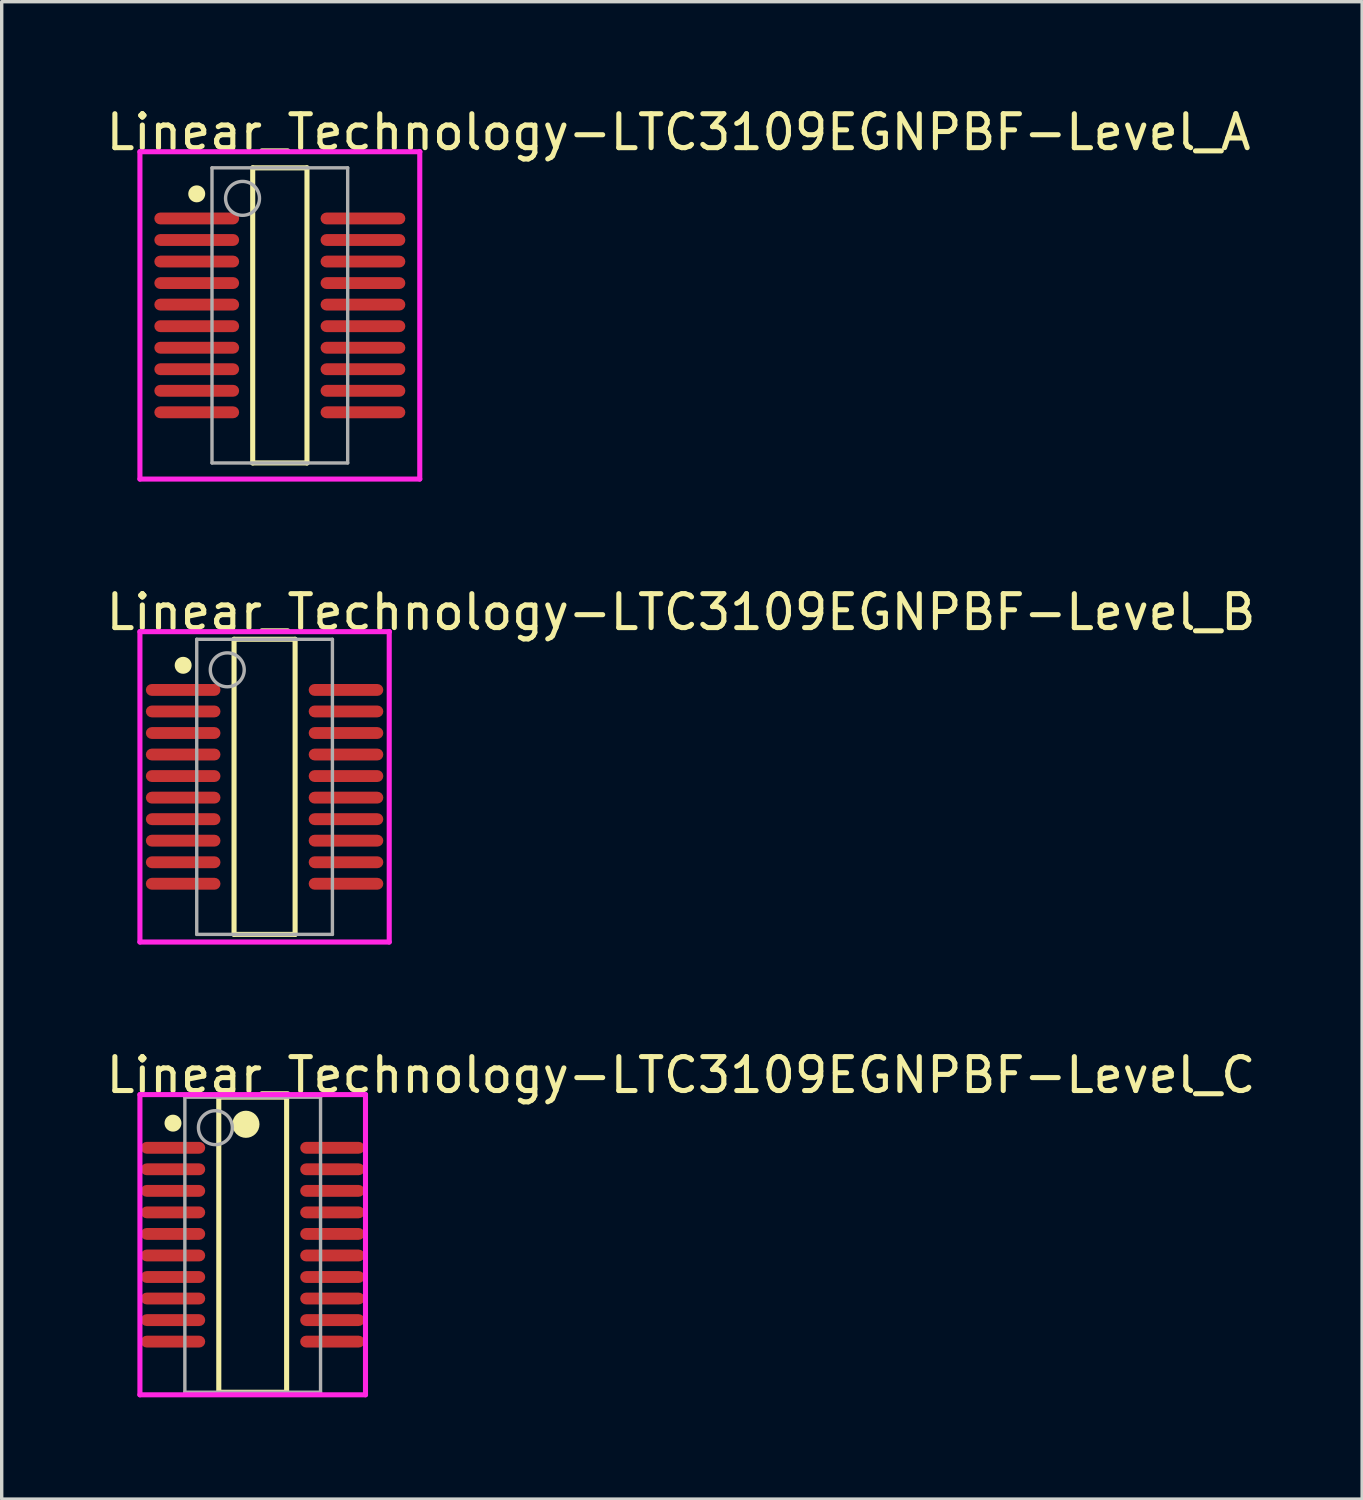
<source format=kicad_pcb>
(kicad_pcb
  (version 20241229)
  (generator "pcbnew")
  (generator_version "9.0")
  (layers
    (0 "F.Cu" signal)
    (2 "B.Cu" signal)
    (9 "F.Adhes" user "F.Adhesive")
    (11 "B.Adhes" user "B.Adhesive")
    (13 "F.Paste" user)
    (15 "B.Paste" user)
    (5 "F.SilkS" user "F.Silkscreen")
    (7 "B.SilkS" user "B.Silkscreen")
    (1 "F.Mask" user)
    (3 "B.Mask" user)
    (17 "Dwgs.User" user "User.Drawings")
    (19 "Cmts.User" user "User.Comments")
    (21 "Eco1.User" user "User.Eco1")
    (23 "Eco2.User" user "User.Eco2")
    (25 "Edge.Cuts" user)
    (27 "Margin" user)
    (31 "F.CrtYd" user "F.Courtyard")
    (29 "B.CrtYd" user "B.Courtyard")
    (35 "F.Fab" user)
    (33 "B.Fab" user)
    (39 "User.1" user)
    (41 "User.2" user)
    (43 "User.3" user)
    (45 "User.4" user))
  (footprint "Linear_Technology-LTC3109EGNPBF-Level_B"
    (layer "F.Cu")
    (at 4.75 20.147)
    (property "Reference" "Linear_Technology-LTC3109EGNPBF-Level_B" (at -4.75 -5.15 0) (layer "F.SilkS") (effects (font (size 1 1) (thickness 0.15)) (justify left)))
    (attr through_hole)
    (fp_line (start -0.9 -4.35) (end 0.9 -4.35) (stroke (width 0.15) (type solid)) (layer "F.SilkS"))
    (fp_line (start -0.9 4.35) (end -0.9 -4.35) (stroke (width 0.15) (type solid)) (layer "F.SilkS"))
    (fp_line (start -0.9 4.35) (end 0.9 4.35) (stroke (width 0.15) (type solid)) (layer "F.SilkS"))
    (fp_line (start 0.9 4.35) (end 0.9 -4.35) (stroke (width 0.15) (type solid)) (layer "F.SilkS"))
    (fp_circle (center -2.4 -3.583) (end -2.275 -3.583) (stroke (width 0.25) (type solid)) (fill no) (layer "F.SilkS"))
    (fp_line (start -3.675 -4.575) (end -3.675 4.575) (stroke (width 0.15) (type solid)) (layer "F.CrtYd"))
    (fp_line (start -3.675 4.575) (end 3.675 4.575) (stroke (width 0.15) (type solid)) (layer "F.CrtYd"))
    (fp_line (start 3.675 -4.575) (end -3.675 -4.575) (stroke (width 0.15) (type solid)) (layer "F.CrtYd"))
    (fp_line (start 3.675 -4.575) (end 3.675 -4.575) (stroke (width 0.15) (type solid)) (layer "F.CrtYd"))
    (fp_line (start 3.675 4.575) (end 3.675 -4.575) (stroke (width 0.15) (type solid)) (layer "F.CrtYd"))
    (fp_line (start -2 -4.35) (end 2 -4.35) (stroke (width 0.1) (type solid)) (layer "F.Fab"))
    (fp_line (start -2 4.35) (end -2 -4.35) (stroke (width 0.1) (type solid)) (layer "F.Fab"))
    (fp_line (start -2 4.35) (end 2 4.35) (stroke (width 0.1) (type solid)) (layer "F.Fab"))
    (fp_line (start 2 4.35) (end 2 -4.35) (stroke (width 0.1) (type solid)) (layer "F.Fab"))
    (fp_circle (center -1.1 -3.45) (end -0.6 -3.45) (stroke (width 0.1) (type solid)) (fill no) (layer "F.Fab"))
    (pad "1" smd roundrect (at -2.4 -2.857 270) (size 0.35 2.2) (layers "F.Cu" "F.Mask" "F.Paste") (roundrect_rratio 0.5))
    (pad "2" smd roundrect (at -2.4 -2.223 270) (size 0.35 2.2) (layers "F.Cu" "F.Mask" "F.Paste") (roundrect_rratio 0.5))
    (pad "3" smd roundrect (at -2.4 -1.587 270) (size 0.35 2.2) (layers "F.Cu" "F.Mask" "F.Paste") (roundrect_rratio 0.5))
    (pad "4" smd roundrect (at -2.4 -0.953 270) (size 0.35 2.2) (layers "F.Cu" "F.Mask" "F.Paste") (roundrect_rratio 0.5))
    (pad "5" smd roundrect (at -2.4 -0.318 270) (size 0.35 2.2) (layers "F.Cu" "F.Mask" "F.Paste") (roundrect_rratio 0.5))
    (pad "6" smd roundrect (at -2.4 0.318 270) (size 0.35 2.2) (layers "F.Cu" "F.Mask" "F.Paste") (roundrect_rratio 0.5))
    (pad "7" smd roundrect (at -2.4 0.953 270) (size 0.35 2.2) (layers "F.Cu" "F.Mask" "F.Paste") (roundrect_rratio 0.5))
    (pad "8" smd roundrect (at -2.4 1.587 270) (size 0.35 2.2) (layers "F.Cu" "F.Mask" "F.Paste") (roundrect_rratio 0.5))
    (pad "9" smd roundrect (at -2.4 2.223 270) (size 0.35 2.2) (layers "F.Cu" "F.Mask" "F.Paste") (roundrect_rratio 0.5))
    (pad "10" smd roundrect (at -2.4 2.857 270) (size 0.35 2.2) (layers "F.Cu" "F.Mask" "F.Paste") (roundrect_rratio 0.5))
    (pad "11" smd roundrect (at 2.4 2.857 270) (size 0.35 2.2) (layers "F.Cu" "F.Mask" "F.Paste") (roundrect_rratio 0.5))
    (pad "12" smd roundrect (at 2.4 2.223 270) (size 0.35 2.2) (layers "F.Cu" "F.Mask" "F.Paste") (roundrect_rratio 0.5))
    (pad "13" smd roundrect (at 2.4 1.587 270) (size 0.35 2.2) (layers "F.Cu" "F.Mask" "F.Paste") (roundrect_rratio 0.5))
    (pad "14" smd roundrect (at 2.4 0.953 270) (size 0.35 2.2) (layers "F.Cu" "F.Mask" "F.Paste") (roundrect_rratio 0.5))
    (pad "15" smd roundrect (at 2.4 0.318 270) (size 0.35 2.2) (layers "F.Cu" "F.Mask" "F.Paste") (roundrect_rratio 0.5))
    (pad "16" smd roundrect (at 2.4 -0.318 270) (size 0.35 2.2) (layers "F.Cu" "F.Mask" "F.Paste") (roundrect_rratio 0.5))
    (pad "17" smd roundrect (at 2.4 -0.953 270) (size 0.35 2.2) (layers "F.Cu" "F.Mask" "F.Paste") (roundrect_rratio 0.5))
    (pad "18" smd roundrect (at 2.4 -1.587 270) (size 0.35 2.2) (layers "F.Cu" "F.Mask" "F.Paste") (roundrect_rratio 0.5))
    (pad "19" smd roundrect (at 2.4 -2.223 270) (size 0.35 2.2) (layers "F.Cu" "F.Mask" "F.Paste") (roundrect_rratio 0.5))
    (pad "20" smd roundrect (at 2.4 -2.857 270) (size 0.35 2.2) (layers "F.Cu" "F.Mask" "F.Paste") (roundrect_rratio 0.5)))
  (footprint "Linear_Technology-LTC3109EGNPBF-Level_C"
    (layer "F.Cu")
    (at 4.4 33.645)
    (property "Reference" "Linear_Technology-LTC3109EGNPBF-Level_C" (at -4.4 -5 0) (layer "F.SilkS") (effects (font (size 1 1) (thickness 0.15)) (justify left)))
    (attr through_hole)
    (fp_line (start -1 -4.35) (end 1 -4.35) (stroke (width 0.15) (type solid)) (layer "F.SilkS"))
    (fp_line (start -1 4.35) (end -1 -4.35) (stroke (width 0.15) (type solid)) (layer "F.SilkS"))
    (fp_line (start -1 4.35) (end 1 4.35) (stroke (width 0.15) (type solid)) (layer "F.SilkS"))
    (fp_line (start 1 4.35) (end 1 -4.35) (stroke (width 0.15) (type solid)) (layer "F.SilkS"))
    (fp_circle (center -2.35 -3.583) (end -2.225 -3.583) (stroke (width 0.25) (type solid)) (fill no) (layer "F.SilkS"))
    (fp_circle (center -0.2 -3.55) (end 0 -3.55) (stroke (width 0.4) (type solid)) (fill no) (layer "F.SilkS"))
    (fp_line (start -3.325 -4.425) (end -3.325 4.425) (stroke (width 0.15) (type solid)) (layer "F.CrtYd"))
    (fp_line (start -3.325 4.425) (end 3.325 4.425) (stroke (width 0.15) (type solid)) (layer "F.CrtYd"))
    (fp_line (start 3.325 -4.425) (end -3.325 -4.425) (stroke (width 0.15) (type solid)) (layer "F.CrtYd"))
    (fp_line (start 3.325 -4.425) (end 3.325 -4.425) (stroke (width 0.15) (type solid)) (layer "F.CrtYd"))
    (fp_line (start 3.325 4.425) (end 3.325 -4.425) (stroke (width 0.15) (type solid)) (layer "F.CrtYd"))
    (fp_line (start -2 -4.35) (end 2 -4.35) (stroke (width 0.1) (type solid)) (layer "F.Fab"))
    (fp_line (start -2 4.35) (end -2 -4.35) (stroke (width 0.1) (type solid)) (layer "F.Fab"))
    (fp_line (start -2 4.35) (end 2 4.35) (stroke (width 0.1) (type solid)) (layer "F.Fab"))
    (fp_line (start 2 4.35) (end 2 -4.35) (stroke (width 0.1) (type solid)) (layer "F.Fab"))
    (fp_circle (center -1.1 -3.45) (end -0.6 -3.45) (stroke (width 0.1) (type solid)) (fill no) (layer "F.Fab"))
    (pad "1" smd roundrect (at -2.35 -2.857 270) (size 0.35 1.9) (layers "F.Cu" "F.Mask" "F.Paste") (roundrect_rratio 0.5))
    (pad "2" smd roundrect (at -2.35 -2.223 270) (size 0.35 1.9) (layers "F.Cu" "F.Mask" "F.Paste") (roundrect_rratio 0.5))
    (pad "3" smd roundrect (at -2.35 -1.587 270) (size 0.35 1.9) (layers "F.Cu" "F.Mask" "F.Paste") (roundrect_rratio 0.5))
    (pad "4" smd roundrect (at -2.35 -0.953 270) (size 0.35 1.9) (layers "F.Cu" "F.Mask" "F.Paste") (roundrect_rratio 0.5))
    (pad "5" smd roundrect (at -2.35 -0.318 270) (size 0.35 1.9) (layers "F.Cu" "F.Mask" "F.Paste") (roundrect_rratio 0.5))
    (pad "6" smd roundrect (at -2.35 0.318 270) (size 0.35 1.9) (layers "F.Cu" "F.Mask" "F.Paste") (roundrect_rratio 0.5))
    (pad "7" smd roundrect (at -2.35 0.953 270) (size 0.35 1.9) (layers "F.Cu" "F.Mask" "F.Paste") (roundrect_rratio 0.5))
    (pad "8" smd roundrect (at -2.35 1.587 270) (size 0.35 1.9) (layers "F.Cu" "F.Mask" "F.Paste") (roundrect_rratio 0.5))
    (pad "9" smd roundrect (at -2.35 2.223 270) (size 0.35 1.9) (layers "F.Cu" "F.Mask" "F.Paste") (roundrect_rratio 0.5))
    (pad "10" smd roundrect (at -2.35 2.857 270) (size 0.35 1.9) (layers "F.Cu" "F.Mask" "F.Paste") (roundrect_rratio 0.5))
    (pad "11" smd roundrect (at 2.35 2.857 270) (size 0.35 1.9) (layers "F.Cu" "F.Mask" "F.Paste") (roundrect_rratio 0.5))
    (pad "12" smd roundrect (at 2.35 2.223 270) (size 0.35 1.9) (layers "F.Cu" "F.Mask" "F.Paste") (roundrect_rratio 0.5))
    (pad "13" smd roundrect (at 2.35 1.587 270) (size 0.35 1.9) (layers "F.Cu" "F.Mask" "F.Paste") (roundrect_rratio 0.5))
    (pad "14" smd roundrect (at 2.35 0.953 270) (size 0.35 1.9) (layers "F.Cu" "F.Mask" "F.Paste") (roundrect_rratio 0.5))
    (pad "15" smd roundrect (at 2.35 0.318 270) (size 0.35 1.9) (layers "F.Cu" "F.Mask" "F.Paste") (roundrect_rratio 0.5))
    (pad "16" smd roundrect (at 2.35 -0.318 270) (size 0.35 1.9) (layers "F.Cu" "F.Mask" "F.Paste") (roundrect_rratio 0.5))
    (pad "17" smd roundrect (at 2.35 -0.953 270) (size 0.35 1.9) (layers "F.Cu" "F.Mask" "F.Paste") (roundrect_rratio 0.5))
    (pad "18" smd roundrect (at 2.35 -1.587 270) (size 0.35 1.9) (layers "F.Cu" "F.Mask" "F.Paste") (roundrect_rratio 0.5))
    (pad "19" smd roundrect (at 2.35 -2.223 270) (size 0.35 1.9) (layers "F.Cu" "F.Mask" "F.Paste") (roundrect_rratio 0.5))
    (pad "20" smd roundrect (at 2.35 -2.857 270) (size 0.35 1.9) (layers "F.Cu" "F.Mask" "F.Paste") (roundrect_rratio 0.5)))
  (footprint "Linear_Technology-LTC3109EGNPBF-Level_A"
    (layer "F.Cu")
    (at 5.2 6.248)
    (property "Reference" "Linear_Technology-LTC3109EGNPBF-Level_A" (at -5.2 -5.4 0) (layer "F.SilkS") (effects (font (size 1 1) (thickness 0.15)) (justify left)))
    (attr through_hole)
    (fp_line (start -0.8 -4.35) (end 0.8 -4.35) (stroke (width 0.15) (type solid)) (layer "F.SilkS"))
    (fp_line (start -0.8 4.35) (end -0.8 -4.35) (stroke (width 0.15) (type solid)) (layer "F.SilkS"))
    (fp_line (start -0.8 4.35) (end 0.8 4.35) (stroke (width 0.15) (type solid)) (layer "F.SilkS"))
    (fp_line (start 0.8 4.35) (end 0.8 -4.35) (stroke (width 0.15) (type solid)) (layer "F.SilkS"))
    (fp_circle (center -2.45 -3.583) (end -2.325 -3.583) (stroke (width 0.25) (type solid)) (fill no) (layer "F.SilkS"))
    (fp_line (start -4.125 -4.825) (end -4.125 4.825) (stroke (width 0.15) (type solid)) (layer "F.CrtYd"))
    (fp_line (start -4.125 4.825) (end 4.125 4.825) (stroke (width 0.15) (type solid)) (layer "F.CrtYd"))
    (fp_line (start 4.125 -4.825) (end -4.125 -4.825) (stroke (width 0.15) (type solid)) (layer "F.CrtYd"))
    (fp_line (start 4.125 -4.825) (end 4.125 -4.825) (stroke (width 0.15) (type solid)) (layer "F.CrtYd"))
    (fp_line (start 4.125 4.825) (end 4.125 -4.825) (stroke (width 0.15) (type solid)) (layer "F.CrtYd"))
    (fp_line (start -2 -4.35) (end 2 -4.35) (stroke (width 0.1) (type solid)) (layer "F.Fab"))
    (fp_line (start -2 4.35) (end -2 -4.35) (stroke (width 0.1) (type solid)) (layer "F.Fab"))
    (fp_line (start -2 4.35) (end 2 4.35) (stroke (width 0.1) (type solid)) (layer "F.Fab"))
    (fp_line (start 2 4.35) (end 2 -4.35) (stroke (width 0.1) (type solid)) (layer "F.Fab"))
    (fp_circle (center -1.1 -3.45) (end -0.6 -3.45) (stroke (width 0.1) (type solid)) (fill no) (layer "F.Fab"))
    (pad "1" smd roundrect (at -2.45 -2.857 270) (size 0.35 2.5) (layers "F.Cu" "F.Mask" "F.Paste") (roundrect_rratio 0.5))
    (pad "2" smd roundrect (at -2.45 -2.223 270) (size 0.35 2.5) (layers "F.Cu" "F.Mask" "F.Paste") (roundrect_rratio 0.5))
    (pad "3" smd roundrect (at -2.45 -1.587 270) (size 0.35 2.5) (layers "F.Cu" "F.Mask" "F.Paste") (roundrect_rratio 0.5))
    (pad "4" smd roundrect (at -2.45 -0.953 270) (size 0.35 2.5) (layers "F.Cu" "F.Mask" "F.Paste") (roundrect_rratio 0.5))
    (pad "5" smd roundrect (at -2.45 -0.318 270) (size 0.35 2.5) (layers "F.Cu" "F.Mask" "F.Paste") (roundrect_rratio 0.5))
    (pad "6" smd roundrect (at -2.45 0.318 270) (size 0.35 2.5) (layers "F.Cu" "F.Mask" "F.Paste") (roundrect_rratio 0.5))
    (pad "7" smd roundrect (at -2.45 0.953 270) (size 0.35 2.5) (layers "F.Cu" "F.Mask" "F.Paste") (roundrect_rratio 0.5))
    (pad "8" smd roundrect (at -2.45 1.587 270) (size 0.35 2.5) (layers "F.Cu" "F.Mask" "F.Paste") (roundrect_rratio 0.5))
    (pad "9" smd roundrect (at -2.45 2.223 270) (size 0.35 2.5) (layers "F.Cu" "F.Mask" "F.Paste") (roundrect_rratio 0.5))
    (pad "10" smd roundrect (at -2.45 2.857 270) (size 0.35 2.5) (layers "F.Cu" "F.Mask" "F.Paste") (roundrect_rratio 0.5))
    (pad "11" smd roundrect (at 2.45 2.857 270) (size 0.35 2.5) (layers "F.Cu" "F.Mask" "F.Paste") (roundrect_rratio 0.5))
    (pad "12" smd roundrect (at 2.45 2.223 270) (size 0.35 2.5) (layers "F.Cu" "F.Mask" "F.Paste") (roundrect_rratio 0.5))
    (pad "13" smd roundrect (at 2.45 1.587 270) (size 0.35 2.5) (layers "F.Cu" "F.Mask" "F.Paste") (roundrect_rratio 0.5))
    (pad "14" smd roundrect (at 2.45 0.953 270) (size 0.35 2.5) (layers "F.Cu" "F.Mask" "F.Paste") (roundrect_rratio 0.5))
    (pad "15" smd roundrect (at 2.45 0.318 270) (size 0.35 2.5) (layers "F.Cu" "F.Mask" "F.Paste") (roundrect_rratio 0.5))
    (pad "16" smd roundrect (at 2.45 -0.318 270) (size 0.35 2.5) (layers "F.Cu" "F.Mask" "F.Paste") (roundrect_rratio 0.5))
    (pad "17" smd roundrect (at 2.45 -0.953 270) (size 0.35 2.5) (layers "F.Cu" "F.Mask" "F.Paste") (roundrect_rratio 0.5))
    (pad "18" smd roundrect (at 2.45 -1.587 270) (size 0.35 2.5) (layers "F.Cu" "F.Mask" "F.Paste") (roundrect_rratio 0.5))
    (pad "19" smd roundrect (at 2.45 -2.223 270) (size 0.35 2.5) (layers "F.Cu" "F.Mask" "F.Paste") (roundrect_rratio 0.5))
    (pad "20" smd roundrect (at 2.45 -2.857 270) (size 0.35 2.5) (layers "F.Cu" "F.Mask" "F.Paste") (roundrect_rratio 0.5)))
  (gr_rect
    (start -3 -3)
    (end 37.107 41.145)
    (stroke (width 0.1) (type default))
    (fill no)
    (layer "Edge.Cuts")))
</source>
